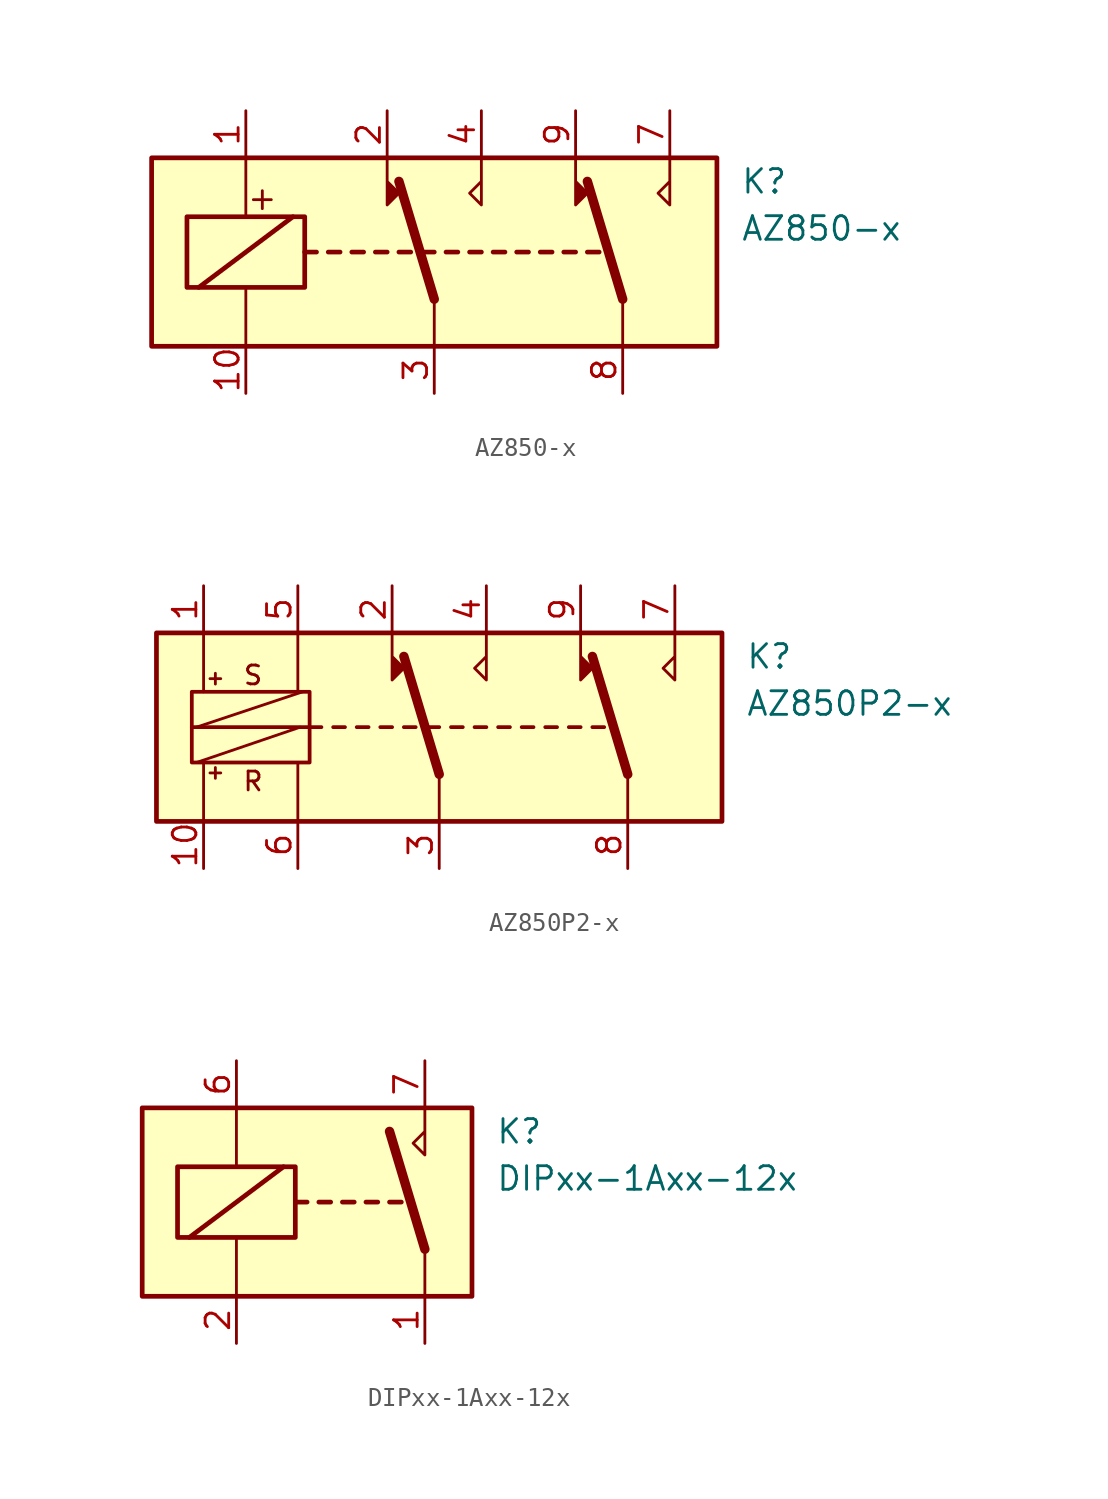
<source format=kicad_sym>
(kicad_symbol_lib
  (version 20201005)
  (generator kicad_symbol_editor)
  (symbol "Relay:AZ850-x"
    (property "Reference" "K"
      (at 16.51 3.81 0)
      (effects (font (size 1.27 1.27)) (justify left)))
    (property "Value" "AZ850-x"
      (at 16.51 1.27 0)
      (effects (font (size 1.27 1.27)) (justify left)))
    (symbol "AZ850-x_0_0"
      (text "+" (at -9.271 2.921 0) (effects (font (size 1.27 1.27)))))
    (symbol "AZ850-x_0_1"
      (rectangle (start -15.24 5.08) (end 15.24 -5.08) (stroke (width 0.254)) (fill (type background)))
      (rectangle (start -13.335 1.905) (end -6.985 -1.905) (stroke (width 0.254)) (fill (type none)))
      (polyline (pts (xy -12.7 -1.905) (xy -7.62 1.905)) (stroke (width 0.254)) (fill (type none)))
      (polyline (pts (xy -10.16 -5.08) (xy -10.16 -1.905)) (stroke (width 0)) (fill (type none)))
      (polyline (pts (xy -10.16 5.08) (xy -10.16 1.905)) (stroke (width 0)) (fill (type none)))
      (polyline (pts (xy -6.985 0) (xy -6.35 0)) (stroke (width 0.254)) (fill (type none)))
      (polyline (pts (xy -5.715 0) (xy -5.08 0)) (stroke (width 0.254)) (fill (type none)))
      (polyline (pts (xy -4.445 0) (xy -3.81 0)) (stroke (width 0.254)) (fill (type none)))
      (polyline (pts (xy -3.175 0) (xy -2.54 0)) (stroke (width 0.254)) (fill (type none)))
      (polyline (pts (xy -1.905 0) (xy -1.27 0)) (stroke (width 0.254)) (fill (type none)))
      (polyline (pts (xy -0.635 0) (xy 0 0)) (stroke (width 0.254)) (fill (type none)))
      (polyline (pts (xy 0 -2.54) (xy -1.905 3.81)) (stroke (width 0.508)) (fill (type none)))
      (polyline (pts (xy 0 -2.54) (xy 0 -5.08)) (stroke (width 0)) (fill (type none)))
      (polyline (pts (xy 0.635 0) (xy 1.27 0)) (stroke (width 0.254)) (fill (type none)))
      (polyline (pts (xy 1.905 0) (xy 2.54 0)) (stroke (width 0.254)) (fill (type none)))
      (polyline (pts (xy 3.175 0) (xy 3.81 0)) (stroke (width 0.254)) (fill (type none)))
      (polyline (pts (xy 4.445 0) (xy 5.08 0)) (stroke (width 0.254)) (fill (type none)))
      (polyline (pts (xy 5.715 0) (xy 6.35 0)) (stroke (width 0.254)) (fill (type none)))
      (polyline (pts (xy 6.985 0) (xy 7.62 0)) (stroke (width 0.254)) (fill (type none)))
      (polyline (pts (xy 8.255 0) (xy 8.89 0)) (stroke (width 0.254)) (fill (type none)))
      (polyline (pts (xy 10.16 -2.54) (xy 8.255 3.81)) (stroke (width 0.508)) (fill (type none)))
      (polyline (pts (xy 10.16 -2.54) (xy 10.16 -5.08)) (stroke (width 0)) (fill (type none)))
      (polyline (pts (xy -2.54 5.08) (xy -2.54 2.54) (xy -1.905 3.175) (xy -2.54 3.81)) (stroke (width 0)) (fill (type outline)))
      (polyline (pts (xy 2.54 5.08) (xy 2.54 2.54) (xy 1.905 3.175) (xy 2.54 3.81)) (stroke (width 0)) (fill (type none)))
      (polyline (pts (xy 7.62 5.08) (xy 7.62 2.54) (xy 8.255 3.175) (xy 7.62 3.81)) (stroke (width 0)) (fill (type outline)))
      (polyline (pts (xy 12.7 5.08) (xy 12.7 2.54) (xy 12.065 3.175) (xy 12.7 3.81)) (stroke (width 0)) (fill (type none))))
    (symbol "AZ850-x_1_1"
      (pin passive line (at -10.16 7.62 270) (length 2.54) (name "~" (effects (font (size 1.27 1.27)))) (number "1" (effects (font (size 1.27 1.27)))))
      (pin passive line (at -10.16 -7.62 90) (length 2.54) (name "~" (effects (font (size 1.27 1.27)))) (number "10" (effects (font (size 1.27 1.27)))))
      (pin passive line (at -2.54 7.62 270) (length 2.54) (name "~" (effects (font (size 1.27 1.27)))) (number "2" (effects (font (size 1.27 1.27)))))
      (pin passive line (at 0 -7.62 90) (length 2.54) (name "~" (effects (font (size 1.27 1.27)))) (number "3" (effects (font (size 1.27 1.27)))))
      (pin passive line (at 2.54 7.62 270) (length 2.54) (name "~" (effects (font (size 1.27 1.27)))) (number "4" (effects (font (size 1.27 1.27)))))
      (pin passive line (at 12.7 7.62 270) (length 2.54) (name "~" (effects (font (size 1.27 1.27)))) (number "7" (effects (font (size 1.27 1.27)))))
      (pin passive line (at 10.16 -7.62 90) (length 2.54) (name "~" (effects (font (size 1.27 1.27)))) (number "8" (effects (font (size 1.27 1.27)))))
      (pin passive line (at 7.62 7.62 270) (length 2.54) (name "~" (effects (font (size 1.27 1.27)))) (number "9" (effects (font (size 1.27 1.27)))))))
  (symbol "Relay:AZ850P2-x"
    (property "Reference" "K"
      (at 16.51 3.81 0)
      (effects (font (size 1.27 1.27)) (justify left)))
    (property "Value" "AZ850P2-x"
      (at 16.51 1.27 0)
      (effects (font (size 1.27 1.27)) (justify left)))
    (symbol "AZ850P2-x_0_0"
      (text "+" (at -12.065 -2.413 0) (effects (font (size 0.762 0.762))))
      (text "+" (at -12.065 2.667 0) (effects (font (size 0.762 0.762))))
      (text "R" (at -10.033 -2.921 0) (effects (font (size 1.016 1.016))))
      (text "S" (at -10.033 2.794 0) (effects (font (size 1.016 1.016))))
      (polyline (pts (xy -2.54 5.08) (xy -2.54 2.54) (xy -1.905 3.175) (xy -2.54 3.81)) (stroke (width 0)) (fill (type outline)))
      (polyline (pts (xy 2.54 5.08) (xy 2.54 2.54) (xy 1.905 3.175) (xy 2.54 3.81)) (stroke (width 0)) (fill (type none)))
      (polyline (pts (xy 7.62 5.08) (xy 7.62 2.54) (xy 8.255 3.175) (xy 7.62 3.81)) (stroke (width 0)) (fill (type outline)))
      (polyline (pts (xy 12.7 5.08) (xy 12.7 2.54) (xy 12.065 3.175) (xy 12.7 3.81)) (stroke (width 0)) (fill (type none))))
    (symbol "AZ850P2-x_0_1"
      (rectangle (start -15.24 5.08) (end 15.24 -5.08) (stroke (width 0.254)) (fill (type background)))
      (rectangle (start -13.335 1.905) (end -6.985 -1.905) (stroke (width 0.203)) (fill (type none)))
      (polyline (pts (xy -13.335 0) (xy -6.35 0)) (stroke (width 0.203)) (fill (type none)))
      (polyline (pts (xy -13.081 -1.905) (xy -7.493 0)) (stroke (width 0)) (fill (type none)))
      (polyline (pts (xy -13.081 0) (xy -7.366 1.905)) (stroke (width 0)) (fill (type none)))
      (polyline (pts (xy -12.7 -5.08) (xy -12.7 -1.905)) (stroke (width 0)) (fill (type none)))
      (polyline (pts (xy -12.7 5.08) (xy -12.7 1.905)) (stroke (width 0)) (fill (type none)))
      (polyline (pts (xy -7.62 -5.08) (xy -7.62 -1.905)) (stroke (width 0)) (fill (type none)))
      (polyline (pts (xy -7.62 5.08) (xy -7.62 1.905)) (stroke (width 0)) (fill (type none)))
      (polyline (pts (xy -5.715 0) (xy -5.08 0)) (stroke (width 0.203)) (fill (type none)))
      (polyline (pts (xy -4.445 0) (xy -3.81 0)) (stroke (width 0.203)) (fill (type none)))
      (polyline (pts (xy -3.175 0) (xy -2.54 0)) (stroke (width 0.203)) (fill (type none)))
      (polyline (pts (xy -1.905 0) (xy -1.27 0)) (stroke (width 0.203)) (fill (type none)))
      (polyline (pts (xy -0.635 0) (xy 0 0)) (stroke (width 0.203)) (fill (type none)))
      (polyline (pts (xy 0 -2.54) (xy -1.905 3.81)) (stroke (width 0.508)) (fill (type none)))
      (polyline (pts (xy 0 -2.54) (xy 0 -5.08)) (stroke (width 0)) (fill (type none)))
      (polyline (pts (xy 0.635 0) (xy 1.27 0)) (stroke (width 0.203)) (fill (type none)))
      (polyline (pts (xy 1.905 0) (xy 2.54 0)) (stroke (width 0.203)) (fill (type none)))
      (polyline (pts (xy 3.175 0) (xy 3.81 0)) (stroke (width 0.203)) (fill (type none)))
      (polyline (pts (xy 4.445 0) (xy 5.08 0)) (stroke (width 0.203)) (fill (type none)))
      (polyline (pts (xy 5.715 0) (xy 6.35 0)) (stroke (width 0.203)) (fill (type none)))
      (polyline (pts (xy 6.985 0) (xy 7.62 0)) (stroke (width 0.203)) (fill (type none)))
      (polyline (pts (xy 8.255 0) (xy 8.89 0)) (stroke (width 0.203)) (fill (type none)))
      (polyline (pts (xy 10.16 -2.54) (xy 8.255 3.81)) (stroke (width 0.508)) (fill (type none)))
      (polyline (pts (xy 10.16 -2.54) (xy 10.16 -5.08)) (stroke (width 0)) (fill (type none))))
    (symbol "AZ850P2-x_1_1"
      (pin passive line (at -12.7 7.62 270) (length 2.54) (name "~" (effects (font (size 1.27 1.27)))) (number "1" (effects (font (size 1.27 1.27)))))
      (pin passive line (at -12.7 -7.62 90) (length 2.54) (name "~" (effects (font (size 1.27 1.27)))) (number "10" (effects (font (size 1.27 1.27)))))
      (pin passive line (at -2.54 7.62 270) (length 2.54) (name "~" (effects (font (size 1.27 1.27)))) (number "2" (effects (font (size 1.27 1.27)))))
      (pin passive line (at 0 -7.62 90) (length 2.54) (name "~" (effects (font (size 1.27 1.27)))) (number "3" (effects (font (size 1.27 1.27)))))
      (pin passive line (at 2.54 7.62 270) (length 2.54) (name "~" (effects (font (size 1.27 1.27)))) (number "4" (effects (font (size 1.27 1.27)))))
      (pin passive line (at -7.62 7.62 270) (length 2.54) (name "~" (effects (font (size 1.27 1.27)))) (number "5" (effects (font (size 1.27 1.27)))))
      (pin passive line (at -7.62 -7.62 90) (length 2.54) (name "~" (effects (font (size 1.27 1.27)))) (number "6" (effects (font (size 1.27 1.27)))))
      (pin passive line (at 12.7 7.62 270) (length 2.54) (name "~" (effects (font (size 1.27 1.27)))) (number "7" (effects (font (size 1.27 1.27)))))
      (pin passive line (at 10.16 -7.62 90) (length 2.54) (name "~" (effects (font (size 1.27 1.27)))) (number "8" (effects (font (size 1.27 1.27)))))
      (pin passive line (at 7.62 7.62 270) (length 2.54) (name "~" (effects (font (size 1.27 1.27)))) (number "9" (effects (font (size 1.27 1.27)))))))
  (symbol "Relay:DIPxx-1Axx-12x"
    (property "Reference" "K"
      (at 8.89 3.81 0)
      (effects (font (size 1.27 1.27)) (justify left)))
    (property "Value" "DIPxx-1Axx-12x"
      (at 8.89 1.27 0)
      (effects (font (size 1.27 1.27)) (justify left)))
    (symbol "DIPxx-1Axx-12x_0_0"
      (polyline (pts (xy 5.08 5.08) (xy 5.08 2.54) (xy 4.445 3.175) (xy 5.08 3.81)) (stroke (width 0)) (fill (type none))))
    (symbol "DIPxx-1Axx-12x_0_1"
      (rectangle (start -10.16 5.08) (end 7.62 -5.08) (stroke (width 0.254)) (fill (type background)))
      (rectangle (start -8.255 1.905) (end -1.905 -1.905) (stroke (width 0.254)) (fill (type none)))
      (polyline (pts (xy -7.62 -1.905) (xy -2.54 1.905)) (stroke (width 0.254)) (fill (type none)))
      (polyline (pts (xy -5.08 -5.08) (xy -5.08 -1.905)) (stroke (width 0)) (fill (type none)))
      (polyline (pts (xy -5.08 5.08) (xy -5.08 1.905)) (stroke (width 0)) (fill (type none)))
      (polyline (pts (xy -1.905 0) (xy -1.27 0)) (stroke (width 0.254)) (fill (type none)))
      (polyline (pts (xy -0.635 0) (xy 0 0)) (stroke (width 0.254)) (fill (type none)))
      (polyline (pts (xy 0.635 0) (xy 1.27 0)) (stroke (width 0.254)) (fill (type none)))
      (polyline (pts (xy 1.905 0) (xy 2.54 0)) (stroke (width 0.254)) (fill (type none)))
      (polyline (pts (xy 3.175 0) (xy 3.81 0)) (stroke (width 0.254)) (fill (type none)))
      (polyline (pts (xy 5.08 -2.54) (xy 3.175 3.81)) (stroke (width 0.508)) (fill (type none)))
      (polyline (pts (xy 5.08 -2.54) (xy 5.08 -5.08)) (stroke (width 0)) (fill (type none))))
    (symbol "DIPxx-1Axx-12x_1_1"
      (pin passive line (at 5.08 -7.62 90) (length 2.54) (name "~" (effects (font (size 1.27 1.27)))) (number "1" (effects (font (size 1.27 1.27)))))
      (pin passive line (at -5.08 -7.62 90) (length 2.54) hide (name "~" (effects (font (size 1.27 1.27)))) (number "13" (effects (font (size 1.27 1.27)))))
      (pin passive line (at 5.08 -7.62 90) (length 2.54) hide (name "~" (effects (font (size 1.27 1.27)))) (number "14" (effects (font (size 1.27 1.27)))))
      (pin passive line (at -5.08 -7.62 90) (length 2.54) (name "~" (effects (font (size 1.27 1.27)))) (number "2" (effects (font (size 1.27 1.27)))))
      (pin passive line (at -5.08 7.62 270) (length 2.54) (name "~" (effects (font (size 1.27 1.27)))) (number "6" (effects (font (size 1.27 1.27)))))
      (pin passive line (at 5.08 7.62 270) (length 2.54) (name "~" (effects (font (size 1.27 1.27)))) (number "7" (effects (font (size 1.27 1.27)))))
      (pin passive line (at 5.08 7.62 270) (length 2.54) hide (name "~" (effects (font (size 1.27 1.27)))) (number "8" (effects (font (size 1.27 1.27))))))))
</source>
